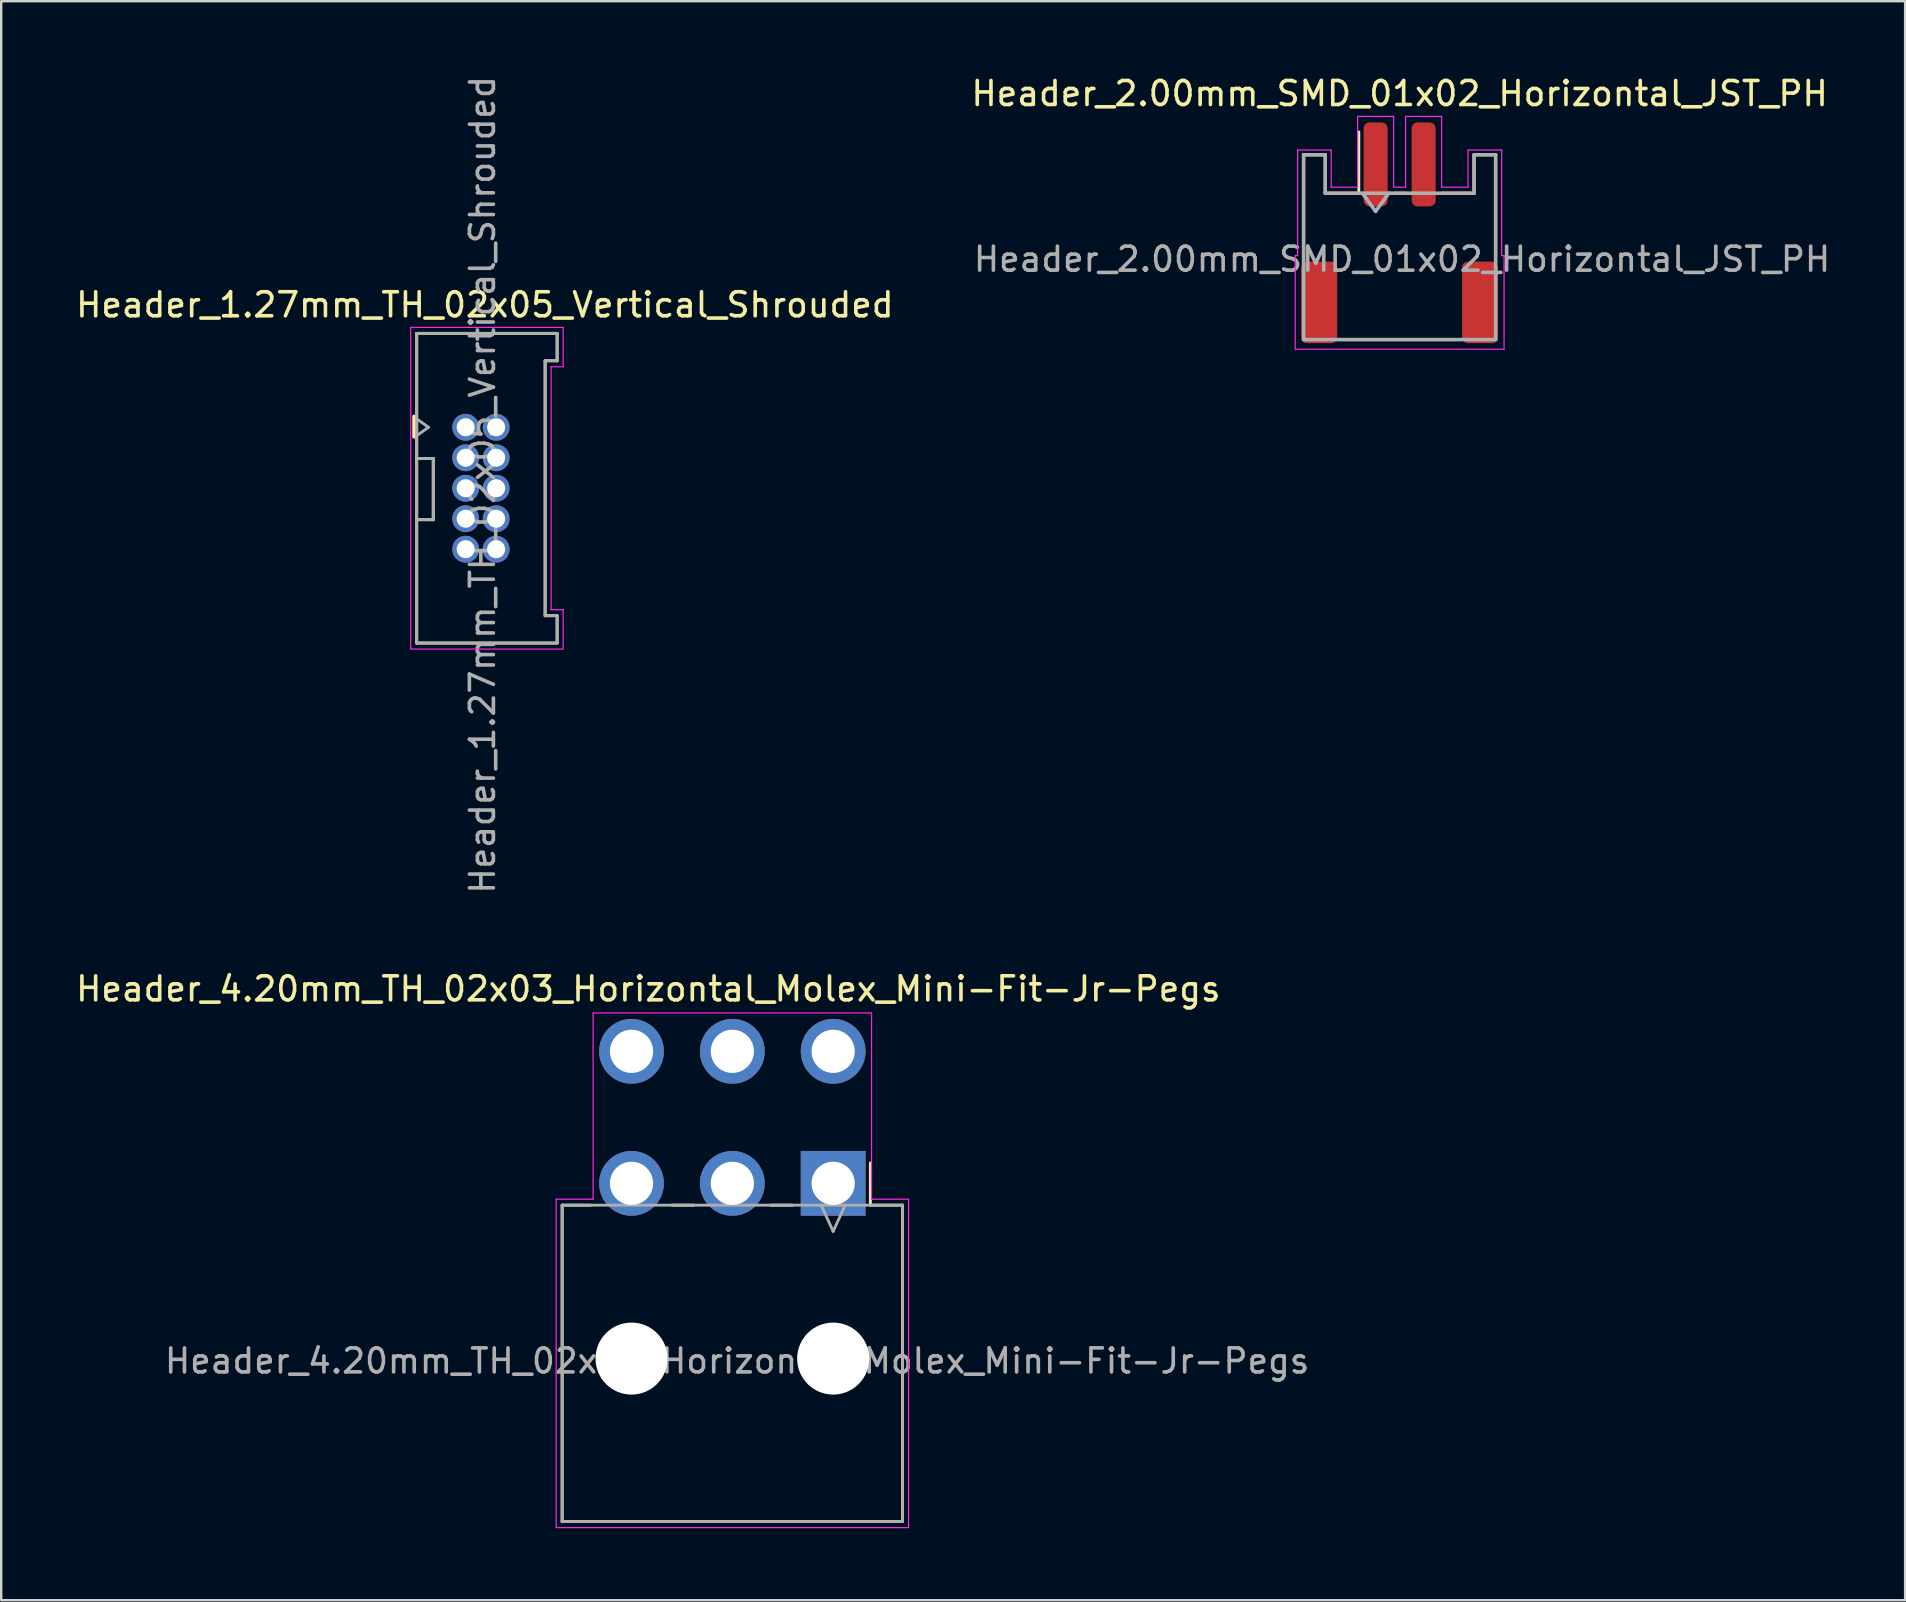
<source format=kicad_pcb>
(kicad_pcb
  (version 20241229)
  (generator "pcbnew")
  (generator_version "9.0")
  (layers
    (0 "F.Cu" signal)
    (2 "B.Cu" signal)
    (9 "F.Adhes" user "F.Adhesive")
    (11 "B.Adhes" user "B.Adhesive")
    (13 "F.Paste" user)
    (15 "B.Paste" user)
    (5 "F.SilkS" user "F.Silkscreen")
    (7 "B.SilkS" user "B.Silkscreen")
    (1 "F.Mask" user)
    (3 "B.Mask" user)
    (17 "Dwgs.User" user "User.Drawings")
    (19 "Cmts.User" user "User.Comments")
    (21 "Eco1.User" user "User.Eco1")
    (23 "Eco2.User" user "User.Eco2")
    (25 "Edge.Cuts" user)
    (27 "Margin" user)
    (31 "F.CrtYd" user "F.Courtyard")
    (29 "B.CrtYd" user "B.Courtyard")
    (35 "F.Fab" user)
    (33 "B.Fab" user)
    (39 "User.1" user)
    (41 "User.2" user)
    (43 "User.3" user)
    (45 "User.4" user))
  (footprint "Header_4.20mm_TH_02x03_Horizontal_Molex_Mini-Fit-Jr-Pegs"
    (layer "F.Cu")
    (at 31.658 46.246)
    (property "Reference" "Header_4.20mm_TH_02x03_Horizontal_Molex_Mini-Fit-Jr-Pegs" (at -7.7 -8.1 0) (layer "F.SilkS") (effects (font (size 1 1) (thickness 0.15))))
    (attr through_hole)
    (fp_line (start -11.29 14.09) (end -11.29 0.91) (stroke (width 0.12) (type solid)) (layer "F.SilkS"))
    (fp_line (start -10.1 0.91) (end -11.29 0.91) (stroke (width 0.12) (type solid)) (layer "F.SilkS"))
    (fp_line (start -5.8 0.91) (end -6.7 0.91) (stroke (width 0.12) (type solid)) (layer "F.SilkS"))
    (fp_line (start -1.7 0.91) (end -2.6 0.91) (stroke (width 0.12) (type solid)) (layer "F.SilkS"))
    (fp_line (start 1.55 0.91) (end 1.55 -0.85) (stroke (width 0.12) (type solid)) (layer "F.SilkS"))
    (fp_line (start 2.89 0.91) (end 1.55 0.91) (stroke (width 0.12) (type solid)) (layer "F.SilkS"))
    (fp_line (start 2.89 0.91) (end 2.89 14.09) (stroke (width 0.12) (type solid)) (layer "F.SilkS"))
    (fp_line (start 2.89 14.09) (end -11.29 14.09) (stroke (width 0.12) (type solid)) (layer "F.SilkS"))
    (fp_line (start -11.54 0.66) (end -11.54 14.34) (stroke (width 0.05) (type solid)) (layer "F.CrtYd"))
    (fp_line (start -11.54 0.66) (end -10 0.66) (stroke (width 0.05) (type solid)) (layer "F.CrtYd"))
    (fp_line (start -10 -7.1) (end -10 0.66) (stroke (width 0.05) (type solid)) (layer "F.CrtYd"))
    (fp_line (start 1.6 -7.1) (end -10 -7.1) (stroke (width 0.05) (type solid)) (layer "F.CrtYd"))
    (fp_line (start 1.6 0.66) (end 1.6 -7.1) (stroke (width 0.05) (type solid)) (layer "F.CrtYd"))
    (fp_line (start 3.14 0.66) (end 1.6 0.66) (stroke (width 0.05) (type solid)) (layer "F.CrtYd"))
    (fp_line (start 3.14 14.34) (end -11.54 14.34) (stroke (width 0.05) (type solid)) (layer "F.CrtYd"))
    (fp_line (start 3.14 14.34) (end 3.14 0.66) (stroke (width 0.05) (type solid)) (layer "F.CrtYd"))
    (fp_line (start -11.29 0.91) (end 2.89 0.91) (stroke (width 0.12) (type solid)) (layer "F.Fab"))
    (fp_line (start -11.29 14.09) (end -11.29 0.91) (stroke (width 0.12) (type solid)) (layer "F.Fab"))
    (fp_line (start -0.5 0.91) (end 0 2) (stroke (width 0.12) (type solid)) (layer "F.Fab"))
    (fp_line (start 0 2) (end 0.5 0.91) (stroke (width 0.12) (type solid)) (layer "F.Fab"))
    (fp_line (start 2.89 0.91) (end 2.89 14.09) (stroke (width 0.12) (type solid)) (layer "F.Fab"))
    (fp_line (start 2.89 14.09) (end -11.29 14.09) (stroke (width 0.12) (type solid)) (layer "F.Fab"))
    (fp_text user "${REFERENCE}" (at -4 7.4 0) (layer "F.Fab") (effects (font (size 1 1) (thickness 0.15))))
    (pad "" np_thru_hole circle (at -8.4 7.3) (size 3 3) (drill 3) (layers "*.Cu" "*.Mask"))
    (pad "" np_thru_hole circle (at 0 7.3) (size 3 3) (drill 3) (layers "*.Cu" "*.Mask"))
    (pad "1" thru_hole rect (at 0 0) (size 2.7 2.7) (drill 1.8) (layers "*.Cu" "*.Mask"))
    (pad "2" thru_hole circle (at -4.2 0) (size 2.7 2.7) (drill 1.8) (layers "*.Cu" "*.Mask"))
    (pad "3" thru_hole circle (at -8.4 0) (size 2.7 2.7) (drill 1.8) (layers "*.Cu" "*.Mask"))
    (pad "4" thru_hole circle (at 0 -5.5) (size 2.7 2.7) (drill 1.8) (layers "*.Cu" "*.Mask"))
    (pad "5" thru_hole circle (at -4.2 -5.5) (size 2.7 2.7) (drill 1.8) (layers "*.Cu" "*.Mask"))
    (pad "6" thru_hole circle (at -8.4 -5.5) (size 2.7 2.7) (drill 1.8) (layers "*.Cu" "*.Mask")))
  (footprint "Header_2.00mm_SMD_01x02_Horizontal_JST_PH"
    (layer "F.Cu")
    (at 55.256 6.648)
    (property "Reference" "Header_2.00mm_SMD_01x02_Horizontal_JST_PH" (at 0 -5.8 0) (layer "F.SilkS") (effects (font (size 1 1) (thickness 0.15))))
    (attr smd)
    (fp_line (start -4 -3.25) (end -3.1 -3.25) (stroke (width 0.12) (type solid)) (layer "F.SilkS"))
    (fp_line (start -4 1) (end -4 -3.25) (stroke (width 0.12) (type solid)) (layer "F.SilkS"))
    (fp_line (start -3.1 -3.25) (end -3.1 -1.65) (stroke (width 0.12) (type solid)) (layer "F.SilkS"))
    (fp_line (start -3.1 -1.65) (end -1.7 -1.65) (stroke (width 0.12) (type solid)) (layer "F.SilkS"))
    (fp_line (start -2.34 4.45) (end 2.34 4.45) (stroke (width 0.12) (type solid)) (layer "F.SilkS"))
    (fp_line (start -1.7 -1.65) (end -1.7 -4.2) (stroke (width 0.12) (type solid)) (layer "F.SilkS"))
    (fp_line (start 0.25 -1.65) (end -0.2 -1.65) (stroke (width 0.12) (type solid)) (layer "F.SilkS"))
    (fp_line (start 3.1 -3.25) (end 3.1 -1.65) (stroke (width 0.12) (type solid)) (layer "F.SilkS"))
    (fp_line (start 3.1 -1.65) (end 1.75 -1.65) (stroke (width 0.12) (type solid)) (layer "F.SilkS"))
    (fp_line (start 4 -3.25) (end 3.1 -3.25) (stroke (width 0.12) (type solid)) (layer "F.SilkS"))
    (fp_line (start 4 1) (end 4 -3.25) (stroke (width 0.12) (type solid)) (layer "F.SilkS"))
    (fp_line (start -4.35 0.95) (end -4.25 0.95) (stroke (width 0.05) (type solid)) (layer "F.CrtYd"))
    (fp_line (start -4.35 4.85) (end -4.35 0.95) (stroke (width 0.05) (type solid)) (layer "F.CrtYd"))
    (fp_line (start -4.35 4.85) (end 4.35 4.85) (stroke (width 0.05) (type solid)) (layer "F.CrtYd"))
    (fp_line (start -4.25 -3.45) (end -2.85 -3.45) (stroke (width 0.05) (type solid)) (layer "F.CrtYd"))
    (fp_line (start -4.25 0.95) (end -4.25 -3.45) (stroke (width 0.05) (type solid)) (layer "F.CrtYd"))
    (fp_line (start -2.85 -3.45) (end -2.85 -1.9) (stroke (width 0.05) (type solid)) (layer "F.CrtYd"))
    (fp_line (start -2.85 -1.9) (end -1.75 -1.9) (stroke (width 0.05) (type solid)) (layer "F.CrtYd"))
    (fp_line (start -1.75 -4.85) (end -1.75 -1.9) (stroke (width 0.05) (type solid)) (layer "F.CrtYd"))
    (fp_line (start -0.25 -4.85) (end -1.75 -4.85) (stroke (width 0.05) (type solid)) (layer "F.CrtYd"))
    (fp_line (start -0.25 -1.9) (end -0.25 -4.85) (stroke (width 0.05) (type solid)) (layer "F.CrtYd"))
    (fp_line (start 0.25 -1.9) (end -0.25 -1.9) (stroke (width 0.05) (type solid)) (layer "F.CrtYd"))
    (fp_line (start 0.25 -1.9) (end 0.25 -4.85) (stroke (width 0.05) (type solid)) (layer "F.CrtYd"))
    (fp_line (start 1.75 -4.85) (end 0.25 -4.85) (stroke (width 0.05) (type solid)) (layer "F.CrtYd"))
    (fp_line (start 1.75 -4.85) (end 1.75 -1.9) (stroke (width 0.05) (type solid)) (layer "F.CrtYd"))
    (fp_line (start 2.85 -3.45) (end 2.85 -1.9) (stroke (width 0.05) (type solid)) (layer "F.CrtYd"))
    (fp_line (start 2.85 -1.9) (end 1.75 -1.9) (stroke (width 0.05) (type solid)) (layer "F.CrtYd"))
    (fp_line (start 4.25 -3.45) (end 2.85 -3.45) (stroke (width 0.05) (type solid)) (layer "F.CrtYd"))
    (fp_line (start 4.25 0.95) (end 4.25 -3.45) (stroke (width 0.05) (type solid)) (layer "F.CrtYd"))
    (fp_line (start 4.35 0.95) (end 4.25 0.95) (stroke (width 0.05) (type solid)) (layer "F.CrtYd"))
    (fp_line (start 4.35 4.85) (end 4.35 0.95) (stroke (width 0.05) (type solid)) (layer "F.CrtYd"))
    (fp_line (start -4 -3.25) (end -4 4.45) (stroke (width 0.15) (type solid)) (layer "F.Fab"))
    (fp_line (start -4 -3.25) (end -3.1 -3.25) (stroke (width 0.15) (type solid)) (layer "F.Fab"))
    (fp_line (start -4 4.45) (end 4 4.45) (stroke (width 0.15) (type solid)) (layer "F.Fab"))
    (fp_line (start -3.1 -3.25) (end -3.1 -1.65) (stroke (width 0.15) (type solid)) (layer "F.Fab"))
    (fp_line (start -3.1 -1.65) (end 3.1 -1.65) (stroke (width 0.15) (type solid)) (layer "F.Fab"))
    (fp_line (start -1.55 -1.65) (end -1 -0.893) (stroke (width 0.15) (type solid)) (layer "F.Fab"))
    (fp_line (start -1 -0.893) (end -0.45 -1.65) (stroke (width 0.15) (type solid)) (layer "F.Fab"))
    (fp_line (start 3.1 -3.25) (end 4 -3.25) (stroke (width 0.15) (type solid)) (layer "F.Fab"))
    (fp_line (start 3.1 -1.65) (end 3.1 -3.25) (stroke (width 0.15) (type solid)) (layer "F.Fab"))
    (fp_line (start 4 -3.25) (end 4 4.45) (stroke (width 0.15) (type solid)) (layer "F.Fab"))
    (fp_text user "${REFERENCE}" (at 0.1 1.1 0) (layer "F.Fab") (effects (font (size 1 1) (thickness 0.15))))
    (pad "1" smd roundrect (at -1 -2.85) (size 1 3.5) (layers "F.Cu" "F.Mask" "F.Paste") (roundrect_rratio 0.25))
    (pad "2" smd roundrect (at 1 -2.85) (size 1 3.5) (layers "F.Cu" "F.Mask" "F.Paste") (roundrect_rratio 0.25))
    (pad "MP" smd roundrect (at -3.35 2.9) (size 1.5 3.4) (layers "F.Cu" "F.Mask" "F.Paste") (roundrect_rratio 0.167))
    (pad "MP" smd roundrect (at 3.35 2.9) (size 1.5 3.4) (layers "F.Cu" "F.Mask" "F.Paste") (roundrect_rratio 0.167)))
  (footprint "Header_1.27mm_TH_02x05_Vertical_Shrouded"
    (layer "F.Cu")
    (at 16.349 14.749)
    (property "Reference" "Header_1.27mm_TH_02x05_Vertical_Shrouded" (at 0.8 -5.1 0) (unlocked yes) (layer "F.SilkS") (effects (font (size 1 1) (thickness 0.15))))
    (attr through_hole)
    (fp_line (start -2.15 -0.45) (end -2.15 0.4) (stroke (width 0.15) (type solid)) (layer "F.SilkS"))
    (fp_line (start -2.04 -3.91) (end 3.81 -3.91) (stroke (width 0.12) (type solid)) (layer "F.SilkS"))
    (fp_line (start -2.04 1.3) (end -1.35 1.3) (stroke (width 0.12) (type solid)) (layer "F.SilkS"))
    (fp_line (start -2.04 8.99) (end -2.04 -3.91) (stroke (width 0.12) (type solid)) (layer "F.SilkS"))
    (fp_line (start -1.35 3.85) (end -2.04 3.85) (stroke (width 0.12) (type solid)) (layer "F.SilkS"))
    (fp_line (start -1.35 3.85) (end -1.35 1.3) (stroke (width 0.12) (type solid)) (layer "F.SilkS"))
    (fp_line (start 3.31 -2.77) (end 3.31 7.85) (stroke (width 0.12) (type solid)) (layer "F.SilkS"))
    (fp_line (start 3.81 -3.91) (end 3.81 -2.77) (stroke (width 0.12) (type solid)) (layer "F.SilkS"))
    (fp_line (start 3.81 -2.77) (end 3.31 -2.77) (stroke (width 0.12) (type solid)) (layer "F.SilkS"))
    (fp_line (start 3.81 7.85) (end 3.31 7.85) (stroke (width 0.12) (type solid)) (layer "F.SilkS"))
    (fp_line (start 3.81 7.85) (end 3.81 8.99) (stroke (width 0.12) (type solid)) (layer "F.SilkS"))
    (fp_line (start 3.81 8.99) (end -2.04 8.99) (stroke (width 0.12) (type solid)) (layer "F.SilkS"))
    (fp_line (start -2.29 -4.16) (end 4.06 -4.16) (stroke (width 0.05) (type solid)) (layer "F.CrtYd"))
    (fp_line (start -2.29 9.24) (end -2.29 -4.16) (stroke (width 0.05) (type solid)) (layer "F.CrtYd"))
    (fp_line (start 3.56 -2.52) (end 3.56 7.6) (stroke (width 0.05) (type solid)) (layer "F.CrtYd"))
    (fp_line (start 4.05 9.24) (end -2.29 9.24) (stroke (width 0.05) (type solid)) (layer "F.CrtYd"))
    (fp_line (start 4.06 -4.16) (end 4.06 -2.52) (stroke (width 0.05) (type solid)) (layer "F.CrtYd"))
    (fp_line (start 4.06 -2.52) (end 3.56 -2.52) (stroke (width 0.05) (type solid)) (layer "F.CrtYd"))
    (fp_line (start 4.06 7.6) (end 3.56 7.6) (stroke (width 0.05) (type solid)) (layer "F.CrtYd"))
    (fp_line (start 4.06 7.6) (end 4.06 9.24) (stroke (width 0.05) (type solid)) (layer "F.CrtYd"))
    (fp_line (start -2.04 -3.91) (end 3.81 -3.91) (stroke (width 0.12) (type solid)) (layer "F.Fab"))
    (fp_line (start -2.04 0.35) (end -1.55 0) (stroke (width 0.12) (type solid)) (layer "F.Fab"))
    (fp_line (start -2.04 1.3) (end -1.35 1.3) (stroke (width 0.12) (type solid)) (layer "F.Fab"))
    (fp_line (start -2.04 8.99) (end -2.04 -3.91) (stroke (width 0.12) (type solid)) (layer "F.Fab"))
    (fp_line (start -1.55 0) (end -2.04 -0.35) (stroke (width 0.12) (type solid)) (layer "F.Fab"))
    (fp_line (start -1.35 3.85) (end -2.04 3.85) (stroke (width 0.12) (type solid)) (layer "F.Fab"))
    (fp_line (start -1.35 3.85) (end -1.35 1.3) (stroke (width 0.12) (type solid)) (layer "F.Fab"))
    (fp_line (start 3.31 -2.77) (end 3.31 7.85) (stroke (width 0.12) (type solid)) (layer "F.Fab"))
    (fp_line (start 3.81 -3.91) (end 3.81 -2.77) (stroke (width 0.12) (type solid)) (layer "F.Fab"))
    (fp_line (start 3.81 -2.77) (end 3.31 -2.77) (stroke (width 0.12) (type solid)) (layer "F.Fab"))
    (fp_line (start 3.81 7.85) (end 3.31 7.85) (stroke (width 0.12) (type solid)) (layer "F.Fab"))
    (fp_line (start 3.81 7.85) (end 3.81 8.99) (stroke (width 0.12) (type solid)) (layer "F.Fab"))
    (fp_line (start 3.81 8.99) (end -2.04 8.99) (stroke (width 0.12) (type solid)) (layer "F.Fab"))
    (fp_text user "${REFERENCE}" (at 0.7 2.4 90) (layer "F.Fab") (effects (font (size 1 1) (thickness 0.15))))
    (pad "1" thru_hole circle (at 0 0) (size 1.12 1.12) (drill 0.75) (layers "*.Cu" "*.Mask"))
    (pad "2" thru_hole circle (at 1.27 0) (size 1.12 1.12) (drill 0.75) (layers "*.Cu" "*.Mask"))
    (pad "3" thru_hole circle (at 0 1.27) (size 1.12 1.12) (drill 0.75) (layers "*.Cu" "*.Mask"))
    (pad "4" thru_hole circle (at 1.27 1.27) (size 1.12 1.12) (drill 0.75) (layers "*.Cu" "*.Mask"))
    (pad "5" thru_hole circle (at 0 2.54) (size 1.12 1.12) (drill 0.75) (layers "*.Cu" "*.Mask"))
    (pad "6" thru_hole circle (at 1.27 2.54) (size 1.12 1.12) (drill 0.75) (layers "*.Cu" "*.Mask"))
    (pad "7" thru_hole circle (at 0 3.81) (size 1.12 1.12) (drill 0.75) (layers "*.Cu" "*.Mask"))
    (pad "8" thru_hole circle (at 1.27 3.81) (size 1.12 1.12) (drill 0.75) (layers "*.Cu" "*.Mask"))
    (pad "9" thru_hole circle (at 0 5.08) (size 1.12 1.12) (drill 0.75) (layers "*.Cu" "*.Mask"))
    (pad "10" thru_hole circle (at 1.27 5.08) (size 1.12 1.12) (drill 0.75) (layers "*.Cu" "*.Mask")))
  (gr_rect
    (start -3 -3)
    (end 76.314 63.611)
    (stroke (width 0.1) (type default))
    (fill no)
    (layer "Edge.Cuts")))
</source>
